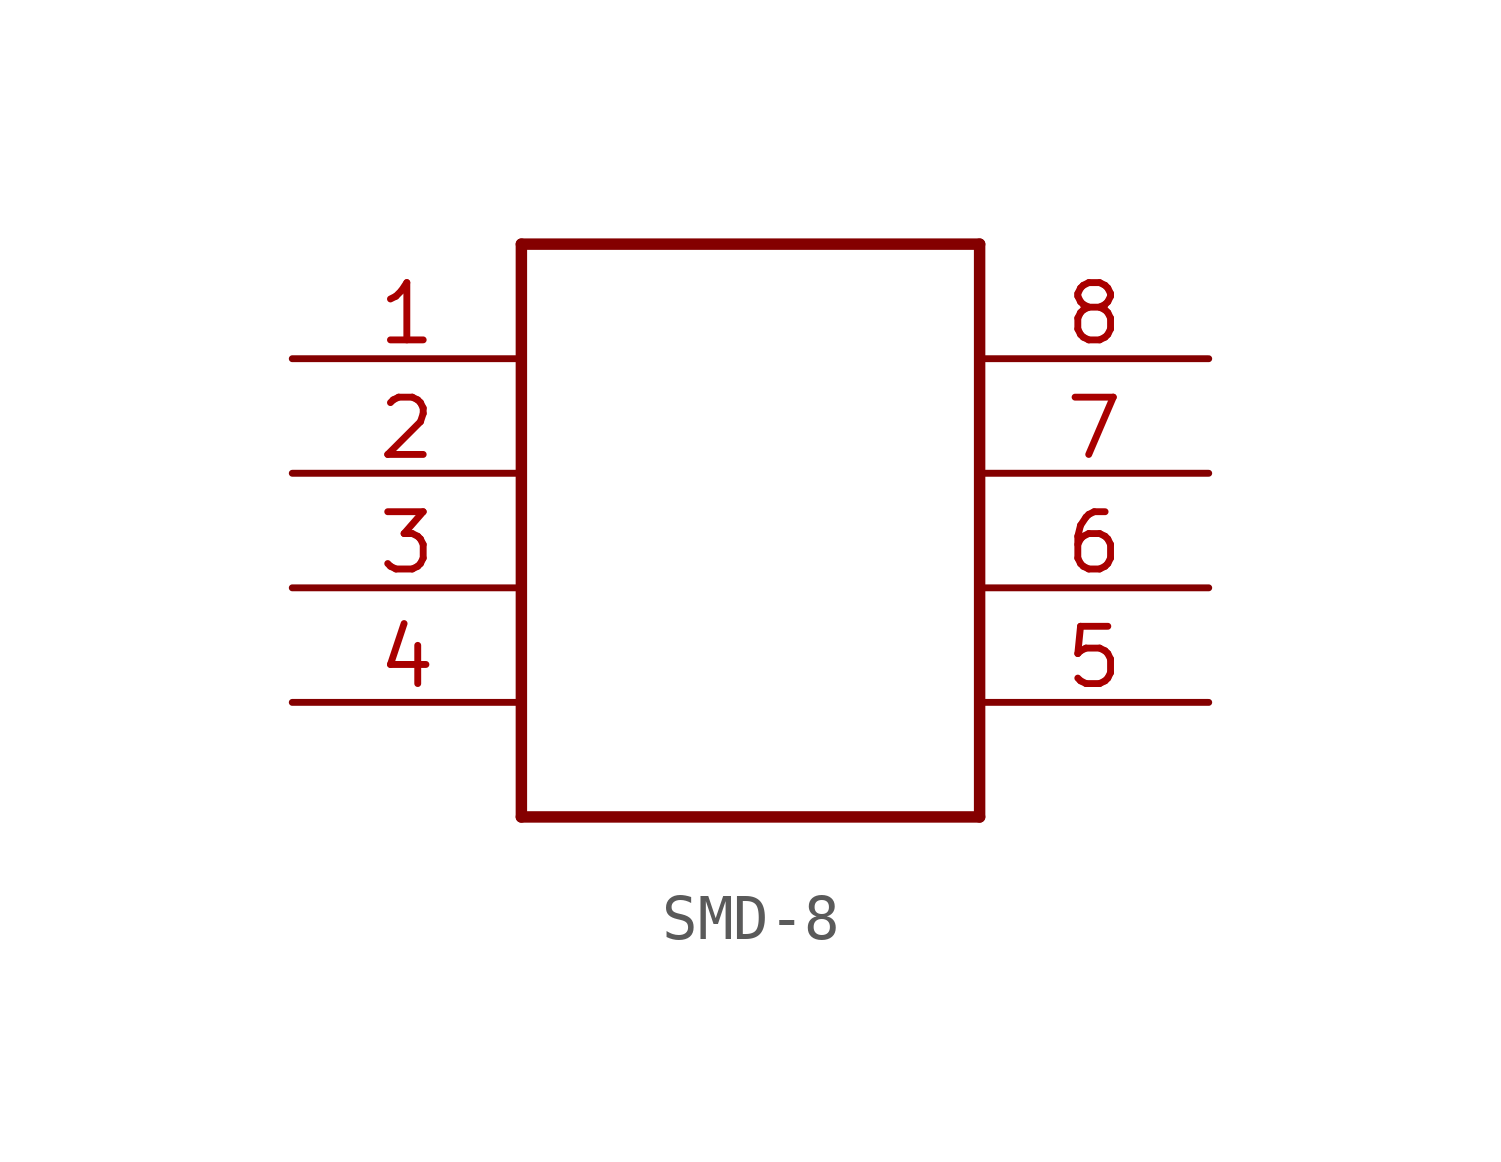
<source format=kicad_sym>
(kicad_symbol_lib
  (version 20220914)
  (generator kicad_symbol_editor)
  (symbol "SMD-8"
    (property "Reference" "IC"
      (at 0 0 0)
      (effects (font (size 1.27 1.27)) hide))
    (property "ki_locked" ""
      (at 0 0 0)
      (effects (font (size 1.27 1.27))))
    (symbol "SMD-8_1_0"
      (polyline (pts (xy -5.08 -5.08) (xy -5.08 7.62)) (stroke (width 0.254) (type solid)) (fill (type none)))
      (polyline (pts (xy -5.08 7.62) (xy 5.08 7.62)) (stroke (width 0.254) (type solid)) (fill (type none)))
      (polyline (pts (xy 5.08 -5.08) (xy -5.08 -5.08)) (stroke (width 0.254) (type solid)) (fill (type none)))
      (polyline (pts (xy 5.08 7.62) (xy 5.08 -5.08)) (stroke (width 0.254) (type solid)) (fill (type none)))
      (pin bidirectional line (at -10.16 5.08 0) (length 5.08) (name "1" (effects (font (size 0 0)))) (number "1" (effects (font (size 1.27 1.27)))))
      (pin bidirectional line (at -10.16 2.54 0) (length 5.08) (name "2" (effects (font (size 0 0)))) (number "2" (effects (font (size 1.27 1.27)))))
      (pin bidirectional line (at -10.16 0 0) (length 5.08) (name "3" (effects (font (size 0 0)))) (number "3" (effects (font (size 1.27 1.27)))))
      (pin bidirectional line (at -10.16 -2.54 0) (length 5.08) (name "4" (effects (font (size 0 0)))) (number "4" (effects (font (size 1.27 1.27)))))
      (pin bidirectional line (at 10.16 -2.54 180) (length 5.08) (name "5" (effects (font (size 0 0)))) (number "5" (effects (font (size 1.27 1.27)))))
      (pin bidirectional line (at 10.16 0 180) (length 5.08) (name "6" (effects (font (size 0 0)))) (number "6" (effects (font (size 1.27 1.27)))))
      (pin bidirectional line (at 10.16 2.54 180) (length 5.08) (name "7" (effects (font (size 0 0)))) (number "7" (effects (font (size 1.27 1.27)))))
      (pin bidirectional line (at 10.16 5.08 180) (length 5.08) (name "8" (effects (font (size 0 0)))) (number "8" (effects (font (size 1.27 1.27))))))))
</source>
